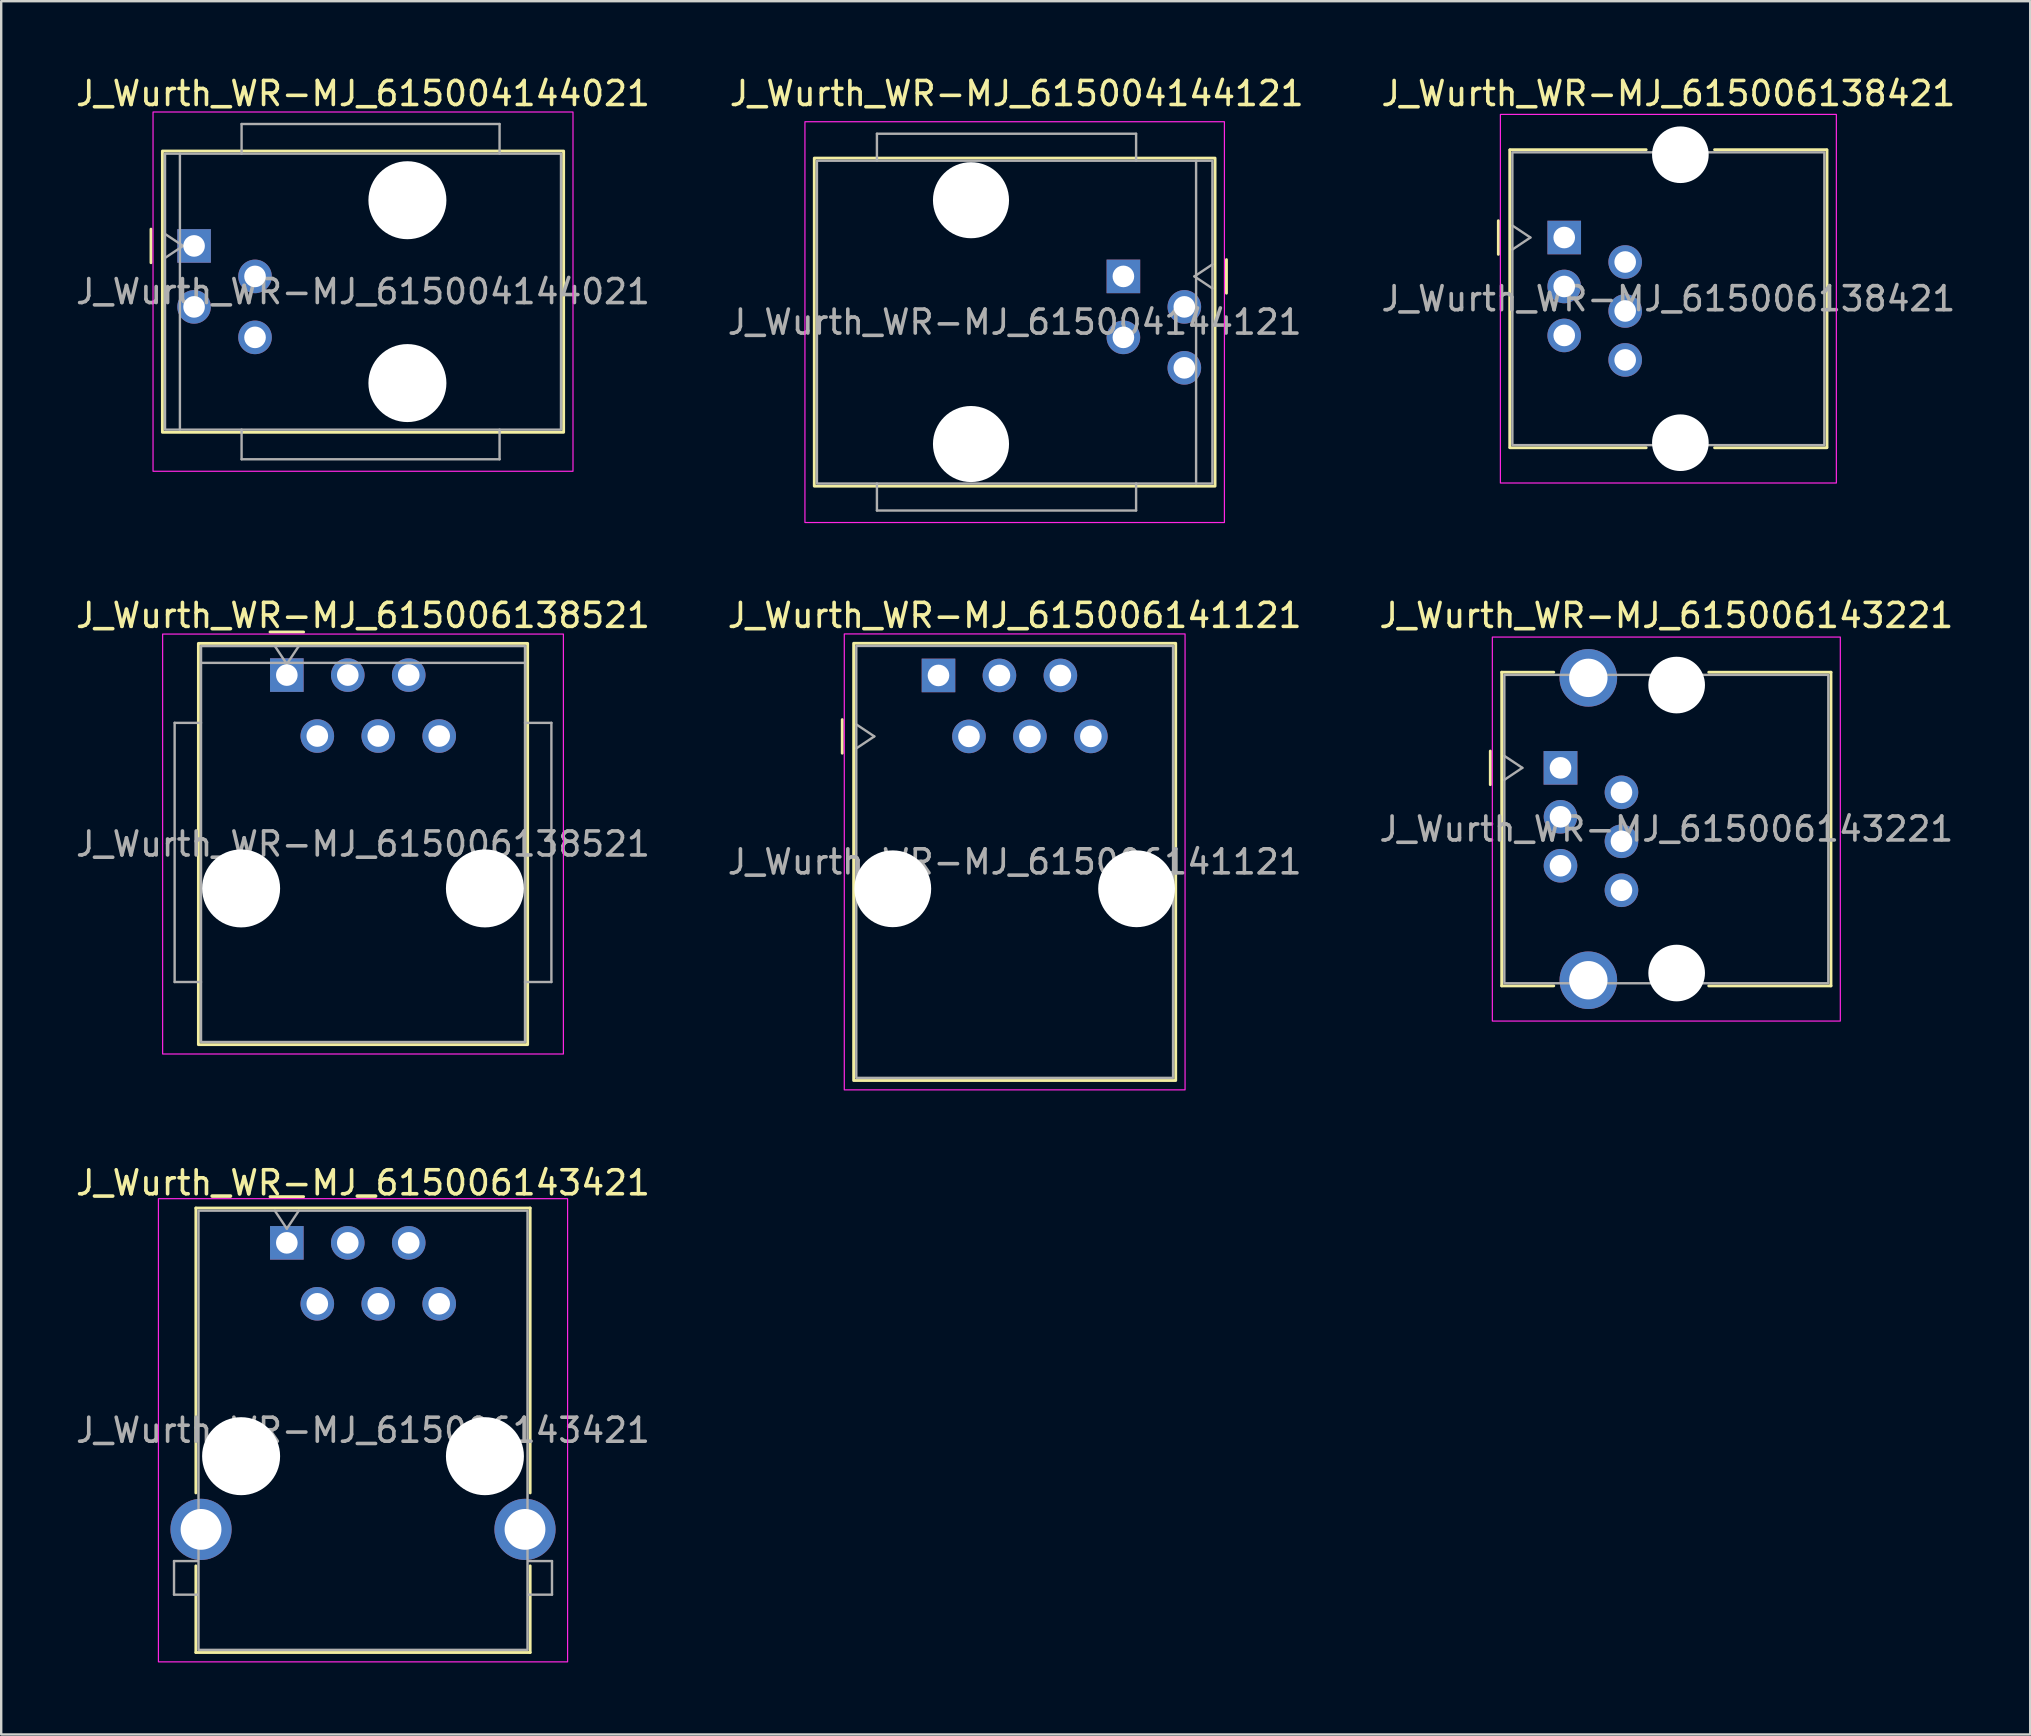
<source format=kicad_pcb>
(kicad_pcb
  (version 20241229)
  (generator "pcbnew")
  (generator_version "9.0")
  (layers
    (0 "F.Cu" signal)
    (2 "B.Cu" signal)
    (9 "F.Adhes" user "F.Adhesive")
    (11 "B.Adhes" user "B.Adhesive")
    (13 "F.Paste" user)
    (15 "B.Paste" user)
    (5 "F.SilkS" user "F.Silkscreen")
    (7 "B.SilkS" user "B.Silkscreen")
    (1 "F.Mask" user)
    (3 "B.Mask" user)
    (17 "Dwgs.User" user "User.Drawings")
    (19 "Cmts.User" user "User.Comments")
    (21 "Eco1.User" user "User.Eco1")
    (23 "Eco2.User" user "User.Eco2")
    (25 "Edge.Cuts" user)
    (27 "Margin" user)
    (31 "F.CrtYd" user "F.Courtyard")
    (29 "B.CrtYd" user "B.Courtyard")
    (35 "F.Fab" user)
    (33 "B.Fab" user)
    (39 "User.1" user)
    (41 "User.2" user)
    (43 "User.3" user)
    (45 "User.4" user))
  (footprint "J_Wurth_WR-MJ_615006143221"
    (layer "F.Cu")
    (at 61.977 28.947)
    (property "Reference" "J_Wurth_WR-MJ_615006143221" (at 4.41 -6.35 0) (unlocked yes) (layer "F.SilkS") (effects (font (size 1 1) (thickness 0.15))))
    (attr through_hole)
    (fp_line (start -2.925 -0.7) (end -2.925 0.7) (stroke (width 0.12) (type solid)) (layer "F.SilkS"))
    (fp_line (start -2.45 9.085) (end -2.45 -3.985) (stroke (width 0.12) (type solid)) (layer "F.SilkS"))
    (fp_line (start -0.281 -3.985) (end -2.45 -3.985) (stroke (width 0.12) (type solid)) (layer "F.SilkS"))
    (fp_line (start -0.281 9.085) (end -2.45 9.085) (stroke (width 0.12) (type solid)) (layer "F.SilkS"))
    (fp_line (start 6.177 -3.985) (end 11.27 -3.985) (stroke (width 0.12) (type solid)) (layer "F.SilkS"))
    (fp_line (start 6.177 9.085) (end 11.27 9.085) (stroke (width 0.12) (type solid)) (layer "F.SilkS"))
    (fp_line (start 11.27 -3.985) (end 11.27 9.085) (stroke (width 0.12) (type solid)) (layer "F.SilkS"))
    (fp_rect (start -2.84 -5.45) (end 11.66 10.55) (stroke (width 0.05) (type solid)) (fill no) (layer "F.CrtYd"))
    (fp_line (start -1.59 0) (end -2.34 -0.5) (stroke (width 0.1) (type solid)) (layer "F.Fab"))
    (fp_line (start -1.59 0) (end -2.34 0.5) (stroke (width 0.1) (type solid)) (layer "F.Fab"))
    (fp_rect (start -2.34 -3.875) (end 11.16 8.975) (stroke (width 0.1) (type solid)) (fill no) (layer "F.Fab"))
    (fp_text user "${REFERENCE}" (at 4.41 2.55 0) (unlocked yes) (layer "F.Fab") (effects (font (size 1 1) (thickness 0.15))))
    (pad "" np_thru_hole circle (at 4.84 -3.45 90) (size 2.36 2.36) (drill 2.36) (layers "*.Cu" "*.Mask"))
    (pad "" np_thru_hole circle (at 4.84 8.55 90) (size 2.36 2.36) (drill 2.36) (layers "*.Cu" "*.Mask"))
    (pad "1" thru_hole rect (at 0 0 90) (size 1.4 1.408) (drill 0.9) (layers "*.Cu" "*.Mask"))
    (pad "2" thru_hole circle (at 2.54 1.02 90) (size 1.4 1.4) (drill 0.9) (layers "*.Cu" "*.Mask"))
    (pad "3" thru_hole circle (at 0 2.04 90) (size 1.4 1.4) (drill 0.9) (layers "*.Cu" "*.Mask"))
    (pad "4" thru_hole circle (at 2.54 3.06 90) (size 1.4 1.4) (drill 0.9) (layers "*.Cu" "*.Mask"))
    (pad "5" thru_hole circle (at 0 4.08 90) (size 1.4 1.4) (drill 0.9) (layers "*.Cu" "*.Mask"))
    (pad "6" thru_hole circle (at 2.54 5.1 90) (size 1.4 1.4) (drill 0.9) (layers "*.Cu" "*.Mask"))
    (pad "S1" thru_hole circle (at 1.16 8.85 90) (size 2.4 2.4) (drill 1.6) (layers "*.Cu" "*.Mask"))
    (pad "S2" thru_hole circle (at 1.16 -3.75 90) (size 2.4 2.4) (drill 1.6) (layers "*.Cu" "*.Mask")))
  (footprint "J_Wurth_WR-MJ_615006143421"
    (layer "F.Cu")
    (at 8.902 48.74)
    (property "Reference" "J_Wurth_WR-MJ_615006143421" (at 3.175 -2.5 0) (unlocked yes) (layer "F.SilkS") (effects (font (size 1 1) (thickness 0.15))))
    (attr through_hole)
    (fp_line (start -3.79 -1.45) (end 10.14 -1.45) (stroke (width 0.12) (type solid)) (layer "F.SilkS"))
    (fp_line (start -3.79 10.42) (end -3.79 -1.45) (stroke (width 0.12) (type solid)) (layer "F.SilkS"))
    (fp_line (start -3.79 13.46) (end -3.79 17.07) (stroke (width 0.12) (type solid)) (layer "F.SilkS"))
    (fp_line (start 0.7 -1.925) (end -0.7 -1.925) (stroke (width 0.12) (type solid)) (layer "F.SilkS"))
    (fp_line (start 10.14 13.46) (end 10.14 17.07) (stroke (width 0.12) (type solid)) (layer "F.SilkS"))
    (fp_line (start 10.14 17.07) (end -3.79 17.07) (stroke (width 0.12) (type solid)) (layer "F.SilkS"))
    (fp_line (start 10.14 10.42) (end 10.14 -1.45) (stroke (width 0.12) (type solid)) (layer "F.SilkS"))
    (fp_rect (start -5.35 -1.84) (end 11.7 17.46) (stroke (width 0.05) (type solid)) (fill no) (layer "F.CrtYd"))
    (fp_line (start -4.7 13.26) (end -4.7 14.66) (stroke (width 0.1) (type solid)) (layer "F.Fab"))
    (fp_line (start -4.7 14.66) (end -3.725 14.66) (stroke (width 0.1) (type solid)) (layer "F.Fab"))
    (fp_line (start -3.725 13.26) (end -4.7 13.26) (stroke (width 0.1) (type solid)) (layer "F.Fab"))
    (fp_line (start 0 -0.59) (end -0.5 -1.34) (stroke (width 0.1) (type solid)) (layer "F.Fab"))
    (fp_line (start 0 -0.59) (end 0.5 -1.34) (stroke (width 0.1) (type solid)) (layer "F.Fab"))
    (fp_line (start 10.075 13.26) (end 11.05 13.26) (stroke (width 0.1) (type solid)) (layer "F.Fab"))
    (fp_line (start 11.05 13.26) (end 11.05 14.66) (stroke (width 0.1) (type solid)) (layer "F.Fab"))
    (fp_line (start 11.05 14.66) (end 10.075 14.66) (stroke (width 0.1) (type solid)) (layer "F.Fab"))
    (fp_rect (start -3.68 -1.34) (end 10.03 16.96) (stroke (width 0.1) (type solid)) (fill no) (layer "F.Fab"))
    (fp_text user "${REFERENCE}" (at 3.175 7.81 0) (unlocked yes) (layer "F.Fab") (effects (font (size 1 1) (thickness 0.15))))
    (pad "" np_thru_hole circle (at -1.905 8.89) (size 3.25 3.25) (drill 3.25) (layers "*.Cu" "*.Mask"))
    (pad "" np_thru_hole circle (at 8.255 8.89) (size 3.25 3.25) (drill 3.25) (layers "*.Cu" "*.Mask"))
    (pad "1" thru_hole rect (at 0 0) (size 1.4 1.4) (drill 0.9) (layers "*.Cu" "*.Mask"))
    (pad "2" thru_hole circle (at 1.27 2.54) (size 1.4 1.4) (drill 0.9) (layers "*.Cu" "*.Mask"))
    (pad "3" thru_hole circle (at 2.54 0) (size 1.4 1.4) (drill 0.9) (layers "*.Cu" "*.Mask"))
    (pad "4" thru_hole circle (at 3.81 2.54) (size 1.4 1.4) (drill 0.9) (layers "*.Cu" "*.Mask"))
    (pad "5" thru_hole circle (at 5.08 0) (size 1.4 1.4) (drill 0.9) (layers "*.Cu" "*.Mask"))
    (pad "6" thru_hole circle (at 6.35 2.54) (size 1.4 1.4) (drill 0.9) (layers "*.Cu" "*.Mask"))
    (pad "S1" thru_hole circle (at -3.575 11.94) (size 2.55 2.55) (drill 1.7) (layers "*.Cu" "*.Mask"))
    (pad "S2" thru_hole circle (at 9.925 11.94) (size 2.55 2.55) (drill 1.7) (layers "*.Cu" "*.Mask")))
  (footprint "J_Wurth_WR-MJ_615006141121"
    (layer "F.Cu")
    (at 36.057 25.096)
    (property "Reference" "J_Wurth_WR-MJ_615006141121" (at 3.175 -2.5 0) (unlocked yes) (layer "F.SilkS") (effects (font (size 1 1) (thickness 0.15))))
    (attr through_hole)
    (fp_line (start -4.01 1.84) (end -4.01 3.24) (stroke (width 0.12) (type solid)) (layer "F.SilkS"))
    (fp_rect (start -3.535 -1.34) (end 9.885 16.88) (stroke (width 0.12) (type solid)) (fill no) (layer "F.SilkS"))
    (fp_rect (start -3.925 -1.73) (end 10.275 17.27) (stroke (width 0.05) (type default)) (fill no) (layer "F.CrtYd"))
    (fp_line (start -2.675 2.54) (end -3.425 2.04) (stroke (width 0.1) (type solid)) (layer "F.Fab"))
    (fp_line (start -2.675 2.54) (end -3.425 3.04) (stroke (width 0.1) (type solid)) (layer "F.Fab"))
    (fp_rect (start -3.425 -1.23) (end 9.775 16.77) (stroke (width 0.1) (type solid)) (fill no) (layer "F.Fab"))
    (fp_text user "${REFERENCE}" (at 3.175 7.77 0) (unlocked yes) (layer "F.Fab") (effects (font (size 1 1) (thickness 0.15))))
    (pad "" np_thru_hole circle (at -1.905 8.89) (size 3.2 3.2) (drill 3.2) (layers "*.Cu" "*.Mask"))
    (pad "" np_thru_hole circle (at 8.255 8.89) (size 3.2 3.2) (drill 3.2) (layers "*.Cu" "*.Mask"))
    (pad "1" thru_hole rect (at 0 0) (size 1.4 1.4) (drill 0.9) (layers "*.Cu" "*.Mask"))
    (pad "2" thru_hole circle (at 1.27 2.54) (size 1.4 1.4) (drill 0.9) (layers "*.Cu" "*.Mask"))
    (pad "3" thru_hole circle (at 2.54 0) (size 1.4 1.4) (drill 0.9) (layers "*.Cu" "*.Mask"))
    (pad "4" thru_hole circle (at 3.81 2.54) (size 1.4 1.4) (drill 0.9) (layers "*.Cu" "*.Mask"))
    (pad "5" thru_hole circle (at 5.08 0) (size 1.4 1.4) (drill 0.9) (layers "*.Cu" "*.Mask"))
    (pad "6" thru_hole circle (at 6.35 2.54) (size 1.4 1.4) (drill 0.9) (layers "*.Cu" "*.Mask")))
  (footprint "J_Wurth_WR-MJ_615004144121"
    (layer "F.Cu")
    (at 43.762 8.468)
    (property "Reference" "J_Wurth_WR-MJ_615004144121" (at -4.445 -7.62 0) (unlocked yes) (layer "F.SilkS") (effects (font (size 1 1) (thickness 0.15))))
    (attr through_hole)
    (fp_line (start 4.295 0.7) (end 4.295 -0.7) (stroke (width 0.12) (type solid)) (layer "F.SilkS"))
    (fp_rect (start -12.88 -4.93) (end 3.82 8.74) (stroke (width 0.12) (type solid)) (fill no) (layer "F.SilkS"))
    (fp_rect (start -13.27 -6.445) (end 4.21 10.255) (stroke (width 0.05) (type solid)) (fill no) (layer "F.CrtYd"))
    (fp_line (start -10.27 -5.945) (end 0.53 -5.945) (stroke (width 0.1) (type solid)) (layer "F.Fab"))
    (fp_line (start -10.27 -4.82) (end -10.27 -5.945) (stroke (width 0.1) (type solid)) (layer "F.Fab"))
    (fp_line (start -10.27 8.63) (end -10.27 9.755) (stroke (width 0.1) (type solid)) (layer "F.Fab"))
    (fp_line (start -10.27 9.755) (end 0.53 9.755) (stroke (width 0.1) (type solid)) (layer "F.Fab"))
    (fp_line (start 0.53 -5.945) (end 0.53 -4.82) (stroke (width 0.1) (type solid)) (layer "F.Fab"))
    (fp_line (start 0.53 9.755) (end 0.53 8.63) (stroke (width 0.1) (type solid)) (layer "F.Fab"))
    (fp_line (start 2.96 0) (end 3.71 -0.5) (stroke (width 0.1) (type solid)) (layer "F.Fab"))
    (fp_line (start 2.96 0) (end 3.71 0.5) (stroke (width 0.1) (type solid)) (layer "F.Fab"))
    (fp_line (start 3.03 8.63) (end 3.03 -4.82) (stroke (width 0.1) (type solid)) (layer "F.Fab"))
    (fp_rect (start -12.77 -4.82) (end 3.71 8.63) (stroke (width 0.1) (type solid)) (fill no) (layer "F.Fab"))
    (fp_text user "${REFERENCE}" (at -4.53 1.905 0) (unlocked yes) (layer "F.Fab") (effects (font (size 1 1) (thickness 0.15))))
    (pad "" np_thru_hole circle (at -6.35 -3.175 90) (size 3.17 3.17) (drill 3.17) (layers "*.Cu" "*.Mask"))
    (pad "" np_thru_hole circle (at -6.35 6.985 90) (size 3.17 3.17) (drill 3.17) (layers "*.Cu" "*.Mask"))
    (pad "1" thru_hole rect (at 0 0 270) (size 1.4 1.4) (drill 0.9) (layers "*.Cu" "*.Mask"))
    (pad "2" thru_hole circle (at 2.54 1.27 270) (size 1.4 1.4) (drill 0.9) (layers "*.Cu" "*.Mask"))
    (pad "3" thru_hole circle (at 0 2.54 270) (size 1.4 1.4) (drill 0.9) (layers "*.Cu" "*.Mask"))
    (pad "4" thru_hole circle (at 2.54 3.81 270) (size 1.4 1.4) (drill 0.9) (layers "*.Cu" "*.Mask")))
  (footprint "J_Wurth_WR-MJ_615004144021"
    (layer "F.Cu")
    (at 5.037 7.198)
    (property "Reference" "J_Wurth_WR-MJ_615004144021" (at 7.04 -6.35 0) (unlocked yes) (layer "F.SilkS") (effects (font (size 1 1) (thickness 0.15))))
    (attr through_hole)
    (fp_line (start -1.795 -0.7) (end -1.795 0.7) (stroke (width 0.12) (type solid)) (layer "F.SilkS"))
    (fp_rect (start -1.32 -3.955) (end 15.4 7.765) (stroke (width 0.12) (type solid)) (fill no) (layer "F.SilkS"))
    (fp_rect (start -1.71 -5.58) (end 15.79 9.39) (stroke (width 0.05) (type solid)) (fill no) (layer "F.CrtYd"))
    (fp_line (start -0.59 -3.845) (end -0.59 7.655) (stroke (width 0.1) (type solid)) (layer "F.Fab"))
    (fp_line (start -0.46 0) (end -1.21 -0.5) (stroke (width 0.1) (type solid)) (layer "F.Fab"))
    (fp_line (start -0.46 0) (end -1.21 0.5) (stroke (width 0.1) (type solid)) (layer "F.Fab"))
    (fp_line (start 1.98 -5.08) (end 1.98 -3.845) (stroke (width 0.1) (type solid)) (layer "F.Fab"))
    (fp_line (start 1.98 8.89) (end 1.98 7.655) (stroke (width 0.1) (type solid)) (layer "F.Fab"))
    (fp_line (start 12.73 -5.08) (end 1.98 -5.08) (stroke (width 0.1) (type solid)) (layer "F.Fab"))
    (fp_line (start 12.73 -3.845) (end 12.73 -5.08) (stroke (width 0.1) (type solid)) (layer "F.Fab"))
    (fp_line (start 12.73 7.655) (end 12.73 8.89) (stroke (width 0.1) (type solid)) (layer "F.Fab"))
    (fp_line (start 12.73 8.89) (end 1.98 8.89) (stroke (width 0.1) (type solid)) (layer "F.Fab"))
    (fp_rect (start -1.21 -3.845) (end 15.29 7.655) (stroke (width 0.1) (type solid)) (fill no) (layer "F.Fab"))
    (fp_text user "${REFERENCE}" (at 7.04 1.905 0) (unlocked yes) (layer "F.Fab") (effects (font (size 1 1) (thickness 0.15))))
    (pad "" np_thru_hole circle (at 8.89 -1.905 270) (size 3.25 3.25) (drill 3.25) (layers "*.Cu" "*.Mask"))
    (pad "" np_thru_hole circle (at 8.89 5.715 270) (size 3.25 3.25) (drill 3.25) (layers "*.Cu" "*.Mask"))
    (pad "1" thru_hole rect (at 0 0 270) (size 1.4 1.4) (drill 0.9) (layers "*.Cu" "*.Mask"))
    (pad "2" thru_hole circle (at 2.54 1.27 270) (size 1.4 1.4) (drill 0.9) (layers "*.Cu" "*.Mask"))
    (pad "3" thru_hole circle (at 0 2.54 270) (size 1.4 1.4) (drill 0.9) (layers "*.Cu" "*.Mask"))
    (pad "4" thru_hole circle (at 2.54 3.81 270) (size 1.4 1.4) (drill 0.9) (layers "*.Cu" "*.Mask")))
  (footprint "J_Wurth_WR-MJ_615006138521"
    (layer "F.Cu")
    (at 8.902 25.081)
    (property "Reference" "J_Wurth_WR-MJ_615006138521" (at 3.175 -2.485 0) (unlocked yes) (layer "F.SilkS") (effects (font (size 1 1) (thickness 0.15))))
    (attr through_hole)
    (fp_line (start 0.7 -1.795) (end -0.7 -1.795) (stroke (width 0.12) (type solid)) (layer "F.SilkS"))
    (fp_rect (start -3.685 -1.32) (end 10.035 15.4) (stroke (width 0.12) (type solid)) (fill no) (layer "F.SilkS"))
    (fp_rect (start -5.175 -1.71) (end 11.525 15.79) (stroke (width 0.05) (type solid)) (fill no) (layer "F.CrtYd"))
    (fp_line (start -4.675 1.99) (end -3.575 1.99) (stroke (width 0.1) (type solid)) (layer "F.Fab"))
    (fp_line (start -4.675 12.79) (end -4.675 1.99) (stroke (width 0.1) (type solid)) (layer "F.Fab"))
    (fp_line (start -3.575 12.79) (end -4.675 12.79) (stroke (width 0.1) (type solid)) (layer "F.Fab"))
    (fp_line (start 0 -0.46) (end -0.5 -1.21) (stroke (width 0.1) (type solid)) (layer "F.Fab"))
    (fp_line (start 0 -0.46) (end 0.5 -1.21) (stroke (width 0.1) (type solid)) (layer "F.Fab"))
    (fp_line (start 9.925 -0.51) (end -3.575 -0.51) (stroke (width 0.1) (type solid)) (layer "F.Fab"))
    (fp_line (start 9.925 12.79) (end 11.025 12.79) (stroke (width 0.1) (type solid)) (layer "F.Fab"))
    (fp_line (start 11.025 1.99) (end 9.925 1.99) (stroke (width 0.1) (type solid)) (layer "F.Fab"))
    (fp_line (start 11.025 12.79) (end 11.025 1.99) (stroke (width 0.1) (type solid)) (layer "F.Fab"))
    (fp_rect (start -3.575 -1.21) (end 9.925 15.29) (stroke (width 0.1) (type solid)) (fill no) (layer "F.Fab"))
    (fp_text user "${REFERENCE}" (at 3.175 7.04 0) (unlocked yes) (layer "F.Fab") (effects (font (size 1 1) (thickness 0.15))))
    (pad "" np_thru_hole circle (at -1.905 8.89 180) (size 3.25 3.25) (drill 3.25) (layers "*.Cu" "*.Mask"))
    (pad "" np_thru_hole circle (at 8.255 8.89 180) (size 3.25 3.25) (drill 3.25) (layers "*.Cu" "*.Mask"))
    (pad "1" thru_hole rect (at 0 0 180) (size 1.4 1.4) (drill 0.9) (layers "*.Cu" "*.Mask"))
    (pad "2" thru_hole circle (at 1.27 2.54 180) (size 1.4 1.4) (drill 0.9) (layers "*.Cu" "*.Mask"))
    (pad "3" thru_hole circle (at 2.54 0 180) (size 1.4 1.4) (drill 0.9) (layers "*.Cu" "*.Mask"))
    (pad "4" thru_hole circle (at 3.81 2.54 180) (size 1.4 1.4) (drill 0.9) (layers "*.Cu" "*.Mask"))
    (pad "5" thru_hole circle (at 5.08 0 180) (size 1.4 1.4) (drill 0.9) (layers "*.Cu" "*.Mask"))
    (pad "6" thru_hole circle (at 6.35 2.54 180) (size 1.4 1.4) (drill 0.9) (layers "*.Cu" "*.Mask")))
  (footprint "J_Wurth_WR-MJ_615006138421"
    (layer "F.Cu")
    (at 62.132 6.848)
    (property "Reference" "J_Wurth_WR-MJ_615006138421" (at 4.34 -6 0) (unlocked yes) (layer "F.SilkS") (effects (font (size 1 1) (thickness 0.15))))
    (attr through_hole)
    (fp_line (start -2.745 -0.7) (end -2.745 0.7) (stroke (width 0.12) (type solid)) (layer "F.SilkS"))
    (fp_line (start -2.27 8.75) (end -2.27 -3.65) (stroke (width 0.12) (type solid)) (layer "F.SilkS"))
    (fp_line (start -2.26 -3.66) (end 3.415 -3.66) (stroke (width 0.12) (type solid)) (layer "F.SilkS"))
    (fp_line (start -2.26 8.76) (end 3.415 8.76) (stroke (width 0.12) (type solid)) (layer "F.SilkS"))
    (fp_line (start 6.265 8.76) (end 10.94 8.76) (stroke (width 0.12) (type solid)) (layer "F.SilkS"))
    (fp_line (start 10.94 -3.66) (end 6.265 -3.66) (stroke (width 0.12) (type solid)) (layer "F.SilkS"))
    (fp_line (start 10.95 8.75) (end 10.95 -3.65) (stroke (width 0.12) (type solid)) (layer "F.SilkS"))
    (fp_rect (start -2.66 -5.13) (end 11.34 10.23) (stroke (width 0.05) (type solid)) (fill no) (layer "F.CrtYd"))
    (fp_line (start -1.41 0) (end -2.16 -0.5) (stroke (width 0.1) (type solid)) (layer "F.Fab"))
    (fp_line (start -1.41 0) (end -2.16 0.5) (stroke (width 0.1) (type solid)) (layer "F.Fab"))
    (fp_rect (start -2.16 -3.55) (end 10.84 8.65) (stroke (width 0.1) (type solid)) (fill no) (layer "F.Fab"))
    (fp_text user "${REFERENCE}" (at 4.34 2.55 0) (unlocked yes) (layer "F.Fab") (effects (font (size 1 1) (thickness 0.15))))
    (pad "" np_thru_hole circle (at 4.84 -3.45 90) (size 2.36 2.36) (drill 2.36) (layers "*.Cu" "*.Mask"))
    (pad "" np_thru_hole circle (at 4.84 8.55 90) (size 2.36 2.36) (drill 2.36) (layers "*.Cu" "*.Mask"))
    (pad "1" thru_hole rect (at 0 0 90) (size 1.4 1.4) (drill 0.9) (layers "*.Cu" "*.Mask"))
    (pad "2" thru_hole circle (at 2.54 1.02 90) (size 1.4 1.4) (drill 0.9) (layers "*.Cu" "*.Mask"))
    (pad "3" thru_hole circle (at 0 2.04 90) (size 1.4 1.4) (drill 0.9) (layers "*.Cu" "*.Mask"))
    (pad "4" thru_hole circle (at 2.54 3.06 90) (size 1.4 1.4) (drill 0.9) (layers "*.Cu" "*.Mask"))
    (pad "5" thru_hole circle (at 0 4.08 90) (size 1.4 1.4) (drill 0.9) (layers "*.Cu" "*.Mask"))
    (pad "6" thru_hole circle (at 2.54 5.1 90) (size 1.4 1.4) (drill 0.9) (layers "*.Cu" "*.Mask")))
  (gr_rect
    (start -3 -3)
    (end 81.549 69.225)
    (stroke (width 0.1) (type default))
    (fill no)
    (layer "Edge.Cuts")))
</source>
